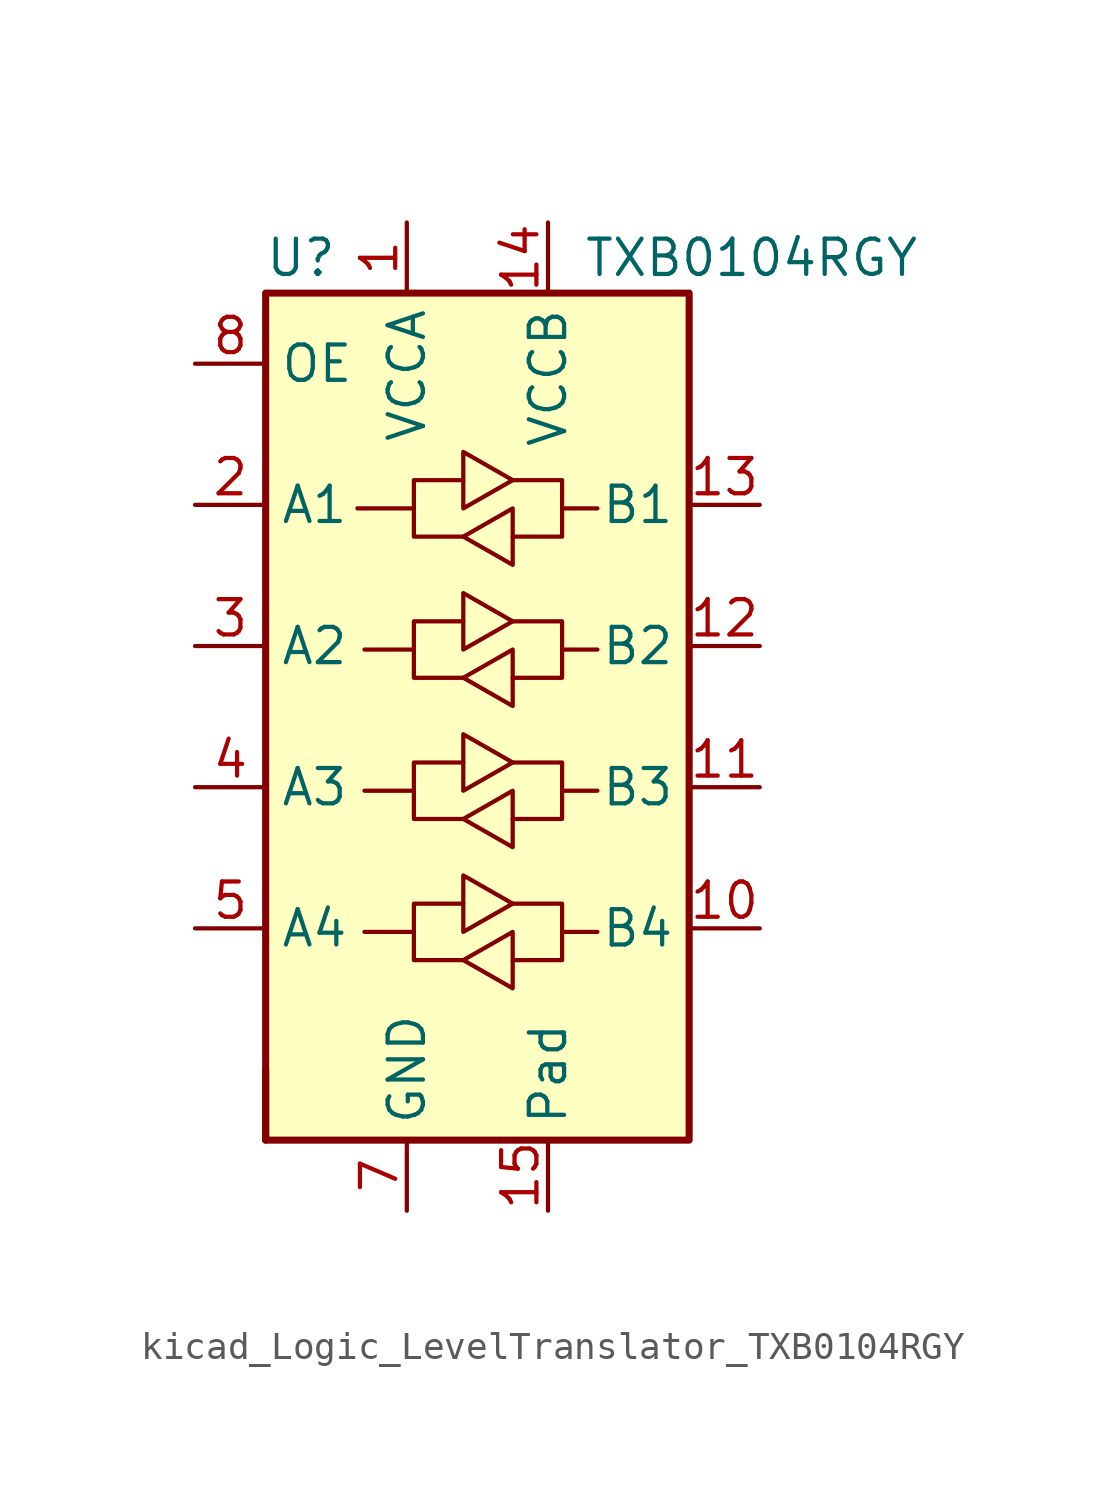
<source format=kicad_sym>
(kicad_symbol_lib
  (version 20220914)
  (generator kicad_symbol_editor)
  (symbol "kicad_Logic_LevelTranslator_TXB0104RGY"
    (property "Reference" "U"
      (at -6.35 16.51 0)
      (effects (font (size 1.27 1.27))))
    (property "Value" "TXB0104RGY"
      (at 3.81 16.51 0)
      (effects (font (size 1.27 1.27)) (justify left)))
    (symbol "kicad_Logic_LevelTranslator_TXB0104RGY_0_1"
      (rectangle (start -7.62 -15.24) (end -7.62 -12.7) (stroke (width 0.254) (type default)) (fill (type none)))
      (rectangle (start -7.62 15.24) (end 7.62 -15.24) (stroke (width 0.254) (type default)) (fill (type background)))
      (polyline (pts (xy -2.286 -7.747) (xy -2.286 -6.731) (xy -0.508 -6.731)) (stroke (width 0) (type default)) (fill (type none)))
      (polyline (pts (xy -2.286 -2.667) (xy -2.286 -1.651) (xy -0.508 -1.651)) (stroke (width 0) (type default)) (fill (type none)))
      (polyline (pts (xy -2.286 2.413) (xy -2.286 3.429) (xy -0.508 3.429)) (stroke (width 0) (type default)) (fill (type none)))
      (polyline (pts (xy -2.286 7.493) (xy -2.286 8.509) (xy -0.508 8.509)) (stroke (width 0) (type default)) (fill (type none)))
      (polyline (pts (xy 3.048 -7.747) (xy 3.048 -8.763) (xy 1.27 -8.763)) (stroke (width 0) (type default)) (fill (type none)))
      (polyline (pts (xy 3.048 -2.667) (xy 3.048 -3.683) (xy 1.27 -3.683)) (stroke (width 0) (type default)) (fill (type none)))
      (polyline (pts (xy 3.048 2.413) (xy 3.048 1.397) (xy 1.27 1.397)) (stroke (width 0) (type default)) (fill (type none)))
      (polyline (pts (xy 3.048 7.493) (xy 3.048 6.477) (xy 1.27 6.477)) (stroke (width 0) (type default)) (fill (type none)))
      (polyline (pts (xy -0.508 -8.763) (xy -2.286 -8.763) (xy -2.286 -7.747) (xy -4.064 -7.747)) (stroke (width 0) (type default)) (fill (type none)))
      (polyline (pts (xy -0.508 -8.763) (xy 1.27 -7.747) (xy 1.27 -9.779) (xy -0.508 -8.763)) (stroke (width 0) (type default)) (fill (type none)))
      (polyline (pts (xy -0.508 -3.683) (xy -2.286 -3.683) (xy -2.286 -2.667) (xy -4.064 -2.667)) (stroke (width 0) (type default)) (fill (type none)))
      (polyline (pts (xy -0.508 -3.683) (xy 1.27 -2.667) (xy 1.27 -4.699) (xy -0.508 -3.683)) (stroke (width 0) (type default)) (fill (type none)))
      (polyline (pts (xy -0.508 1.397) (xy -2.286 1.397) (xy -2.286 2.413) (xy -4.064 2.413)) (stroke (width 0) (type default)) (fill (type none)))
      (polyline (pts (xy -0.508 1.397) (xy 1.27 2.413) (xy 1.27 0.381) (xy -0.508 1.397)) (stroke (width 0) (type default)) (fill (type none)))
      (polyline (pts (xy -0.508 6.477) (xy -2.286 6.477) (xy -2.286 7.493) (xy -4.318 7.493)) (stroke (width 0) (type default)) (fill (type none)))
      (polyline (pts (xy -0.508 6.477) (xy 1.27 7.493) (xy 1.27 5.461) (xy -0.508 6.477)) (stroke (width 0) (type default)) (fill (type none)))
      (polyline (pts (xy 1.27 -6.731) (xy -0.508 -7.747) (xy -0.508 -5.715) (xy 1.27 -6.731)) (stroke (width 0) (type default)) (fill (type none)))
      (polyline (pts (xy 1.27 -6.731) (xy 3.048 -6.731) (xy 3.048 -7.747) (xy 4.318 -7.747)) (stroke (width 0) (type default)) (fill (type none)))
      (polyline (pts (xy 1.27 -1.651) (xy -0.508 -2.667) (xy -0.508 -0.635) (xy 1.27 -1.651)) (stroke (width 0) (type default)) (fill (type none)))
      (polyline (pts (xy 1.27 -1.651) (xy 3.048 -1.651) (xy 3.048 -2.667) (xy 4.318 -2.667)) (stroke (width 0) (type default)) (fill (type none)))
      (polyline (pts (xy 1.27 3.429) (xy -0.508 2.413) (xy -0.508 4.445) (xy 1.27 3.429)) (stroke (width 0) (type default)) (fill (type none)))
      (polyline (pts (xy 1.27 3.429) (xy 3.048 3.429) (xy 3.048 2.413) (xy 4.318 2.413)) (stroke (width 0) (type default)) (fill (type none)))
      (polyline (pts (xy 1.27 8.509) (xy -0.508 7.493) (xy -0.508 9.525) (xy 1.27 8.509)) (stroke (width 0) (type default)) (fill (type none)))
      (polyline (pts (xy 1.27 8.509) (xy 3.048 8.509) (xy 3.048 7.493) (xy 4.318 7.493)) (stroke (width 0) (type default)) (fill (type none))))
    (symbol "kicad_Logic_LevelTranslator_TXB0104RGY_1_1"
      (pin power_in line (at -2.54 17.78 270) (length 2.54) (name "VCCA" (effects (font (size 1.27 1.27)))) (number "1" (effects (font (size 1.27 1.27)))))
      (pin bidirectional line (at 10.16 -7.62 180) (length 2.54) (name "B4" (effects (font (size 1.27 1.27)))) (number "10" (effects (font (size 1.27 1.27)))))
      (pin bidirectional line (at 10.16 -2.54 180) (length 2.54) (name "B3" (effects (font (size 1.27 1.27)))) (number "11" (effects (font (size 1.27 1.27)))))
      (pin bidirectional line (at 10.16 2.54 180) (length 2.54) (name "B2" (effects (font (size 1.27 1.27)))) (number "12" (effects (font (size 1.27 1.27)))))
      (pin bidirectional line (at 10.16 7.62 180) (length 2.54) (name "B1" (effects (font (size 1.27 1.27)))) (number "13" (effects (font (size 1.27 1.27)))))
      (pin power_in line (at 2.54 17.78 270) (length 2.54) (name "VCCB" (effects (font (size 1.27 1.27)))) (number "14" (effects (font (size 1.27 1.27)))))
      (pin input line (at 2.54 -17.78 90) (length 2.54) (name "Pad" (effects (font (size 1.27 1.27)))) (number "15" (effects (font (size 1.27 1.27)))))
      (pin bidirectional line (at -10.16 7.62 0) (length 2.54) (name "A1" (effects (font (size 1.27 1.27)))) (number "2" (effects (font (size 1.27 1.27)))))
      (pin bidirectional line (at -10.16 2.54 0) (length 2.54) (name "A2" (effects (font (size 1.27 1.27)))) (number "3" (effects (font (size 1.27 1.27)))))
      (pin bidirectional line (at -10.16 -2.54 0) (length 2.54) (name "A3" (effects (font (size 1.27 1.27)))) (number "4" (effects (font (size 1.27 1.27)))))
      (pin bidirectional line (at -10.16 -7.62 0) (length 2.54) (name "A4" (effects (font (size 1.27 1.27)))) (number "5" (effects (font (size 1.27 1.27)))))
      (pin no_connect line (at -7.62 -12.7 0) (length 2.54) hide (name "NC" (effects (font (size 1.27 1.27)))) (number "6" (effects (font (size 1.27 1.27)))))
      (pin power_in line (at -2.54 -17.78 90) (length 2.54) (name "GND" (effects (font (size 1.27 1.27)))) (number "7" (effects (font (size 1.27 1.27)))))
      (pin input line (at -10.16 12.7 0) (length 2.54) (name "OE" (effects (font (size 1.27 1.27)))) (number "8" (effects (font (size 1.27 1.27)))))
      (pin no_connect line (at 7.62 -12.7 180) (length 2.54) hide (name "NC" (effects (font (size 1.27 1.27)))) (number "9" (effects (font (size 1.27 1.27))))))))
</source>
